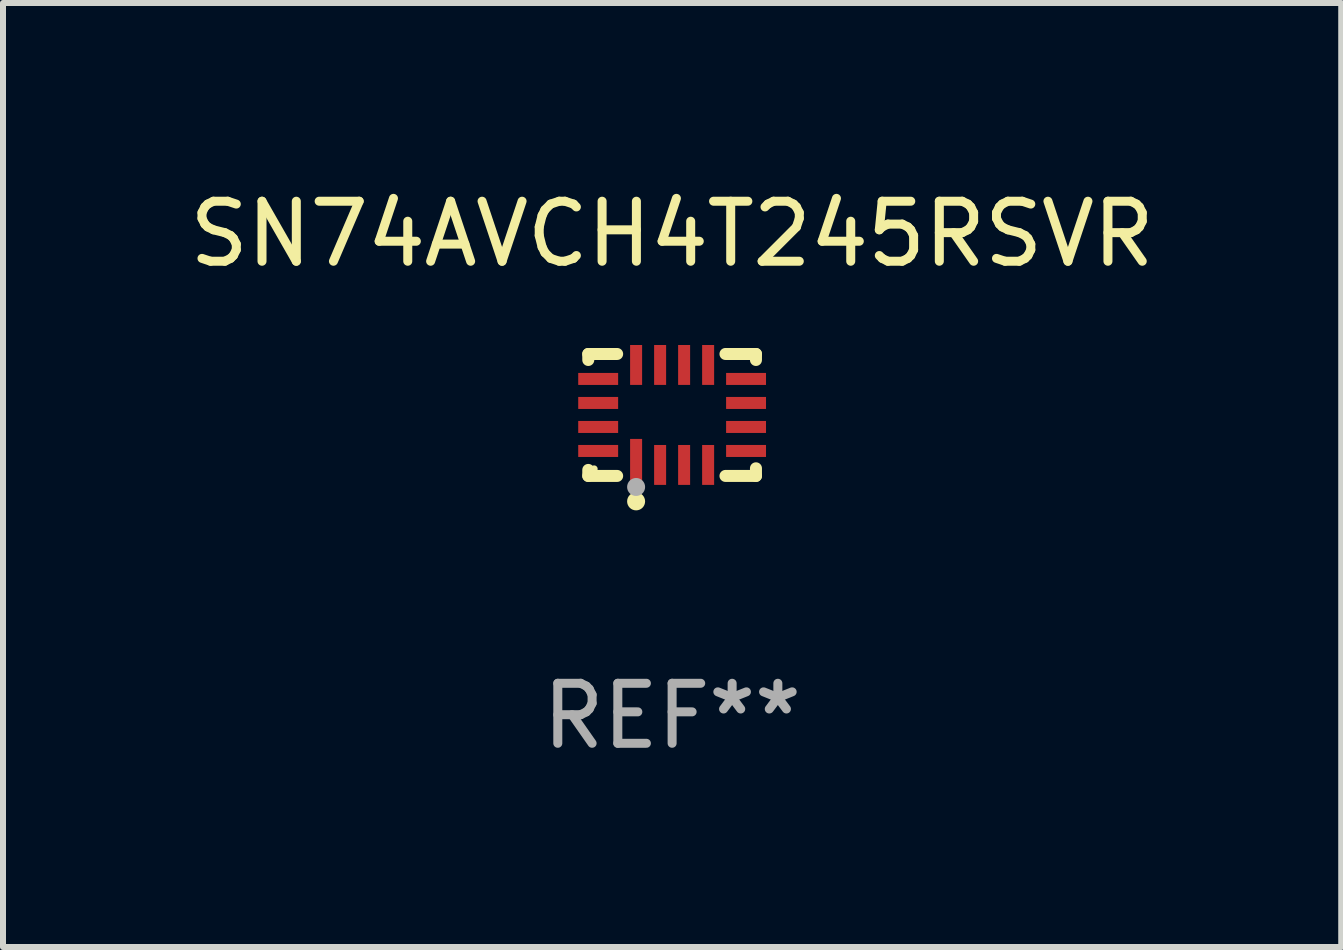
<source format=kicad_pcb>
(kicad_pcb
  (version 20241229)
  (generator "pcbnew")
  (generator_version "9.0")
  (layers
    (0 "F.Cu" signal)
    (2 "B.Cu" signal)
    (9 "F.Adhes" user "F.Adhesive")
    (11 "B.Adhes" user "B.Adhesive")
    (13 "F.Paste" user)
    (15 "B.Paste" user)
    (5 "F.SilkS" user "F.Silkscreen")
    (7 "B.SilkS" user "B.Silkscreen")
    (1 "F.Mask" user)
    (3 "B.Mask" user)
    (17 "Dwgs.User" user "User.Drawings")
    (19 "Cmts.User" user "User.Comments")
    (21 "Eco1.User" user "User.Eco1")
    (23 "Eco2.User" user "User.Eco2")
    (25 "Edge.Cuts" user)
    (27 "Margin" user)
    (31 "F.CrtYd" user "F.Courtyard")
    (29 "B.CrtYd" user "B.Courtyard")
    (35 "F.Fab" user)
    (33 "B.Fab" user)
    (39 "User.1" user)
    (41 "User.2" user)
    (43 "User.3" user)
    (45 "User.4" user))
  (footprint "SN74AVCH4T245RSVR"
    (layer "F.Cu")
    (at 8.149 3.864)
    (property "Reference" "SN74AVCH4T245RSVR" (at 0 -3.016 0) (layer "F.SilkS") (effects (font (size 1 1) (thickness 0.15))))
    (attr through_hole)
    (fp_line (start -1.397 -1.016) (end -1.397 -0.916) (stroke (width 0.2) (type solid)) (layer "F.SilkS"))
    (fp_line (start -1.397 0.916) (end -1.397 1.016) (stroke (width 0.2) (type solid)) (layer "F.SilkS"))
    (fp_line (start -1.397 1.016) (end -0.916 1.016) (stroke (width 0.2) (type solid)) (layer "F.SilkS"))
    (fp_line (start -0.916 -1.016) (end -1.397 -1.016) (stroke (width 0.2) (type solid)) (layer "F.SilkS"))
    (fp_line (start 0.889 -1.016) (end 1.397 -1.016) (stroke (width 0.2) (type solid)) (layer "F.SilkS"))
    (fp_line (start 1.397 -1.016) (end 1.397 -0.916) (stroke (width 0.2) (type solid)) (layer "F.SilkS"))
    (fp_line (start 1.397 0.889) (end 1.397 1.016) (stroke (width 0.2) (type solid)) (layer "F.SilkS"))
    (fp_line (start 1.397 1.016) (end 0.889 1.016) (stroke (width 0.2) (type solid)) (layer "F.SilkS"))
    (fp_circle (center -1.3 0.9) (end -1.27 0.9) (stroke (width 0.06) (type solid)) (fill no) (layer "F.SilkS"))
    (fp_circle (center -0.6 1.44) (end -0.525 1.44) (stroke (width 0.15) (type solid)) (fill no) (layer "F.SilkS"))
    (fp_circle (center -0.6 1.2) (end -0.525 1.2) (stroke (width 0.15) (type solid)) (fill no) (layer "F.Fab"))
    (fp_text user "REF**" (at 0 5.016 0) (layer "F.Fab") (effects (font (size 1 1) (thickness 0.15))))
    (pad "1" smd rect (at -0.6 0.782) (size 0.2 0.765) (layers "F.Cu" "F.Mask" "F.Paste"))
    (pad "2" smd rect (at -0.2 0.833) (size 0.2 0.665) (layers "F.Cu" "F.Mask" "F.Paste"))
    (pad "3" smd rect (at 0.2 0.833) (size 0.2 0.665) (layers "F.Cu" "F.Mask" "F.Paste"))
    (pad "4" smd rect (at 0.6 0.833) (size 0.2 0.665) (layers "F.Cu" "F.Mask" "F.Paste"))
    (pad "5" smd rect (at 1.232 0.6) (size 0.665 0.2) (layers "F.Cu" "F.Mask" "F.Paste"))
    (pad "6" smd rect (at 1.232 0.2) (size 0.665 0.2) (layers "F.Cu" "F.Mask" "F.Paste"))
    (pad "7" smd rect (at 1.232 -0.2) (size 0.665 0.2) (layers "F.Cu" "F.Mask" "F.Paste"))
    (pad "8" smd rect (at 1.232 -0.6) (size 0.665 0.2) (layers "F.Cu" "F.Mask" "F.Paste"))
    (pad "9" smd rect (at 0.6 -0.833) (size 0.2 0.665) (layers "F.Cu" "F.Mask" "F.Paste"))
    (pad "10" smd rect (at 0.2 -0.833) (size 0.2 0.665) (layers "F.Cu" "F.Mask" "F.Paste"))
    (pad "11" smd rect (at -0.2 -0.833) (size 0.2 0.665) (layers "F.Cu" "F.Mask" "F.Paste"))
    (pad "12" smd rect (at -0.6 -0.833) (size 0.2 0.665) (layers "F.Cu" "F.Mask" "F.Paste"))
    (pad "13" smd rect (at -1.232 -0.6) (size 0.665 0.2) (layers "F.Cu" "F.Mask" "F.Paste"))
    (pad "14" smd rect (at -1.232 -0.2) (size 0.665 0.2) (layers "F.Cu" "F.Mask" "F.Paste"))
    (pad "15" smd rect (at -1.232 0.2) (size 0.665 0.2) (layers "F.Cu" "F.Mask" "F.Paste"))
    (pad "16" smd rect (at -1.232 0.6) (size 0.665 0.2) (layers "F.Cu" "F.Mask" "F.Paste")))
  (gr_rect
    (start -3 -3)
    (end 19.298 12.729)
    (stroke (width 0.1) (type default))
    (fill no)
    (layer "Edge.Cuts")))
</source>
